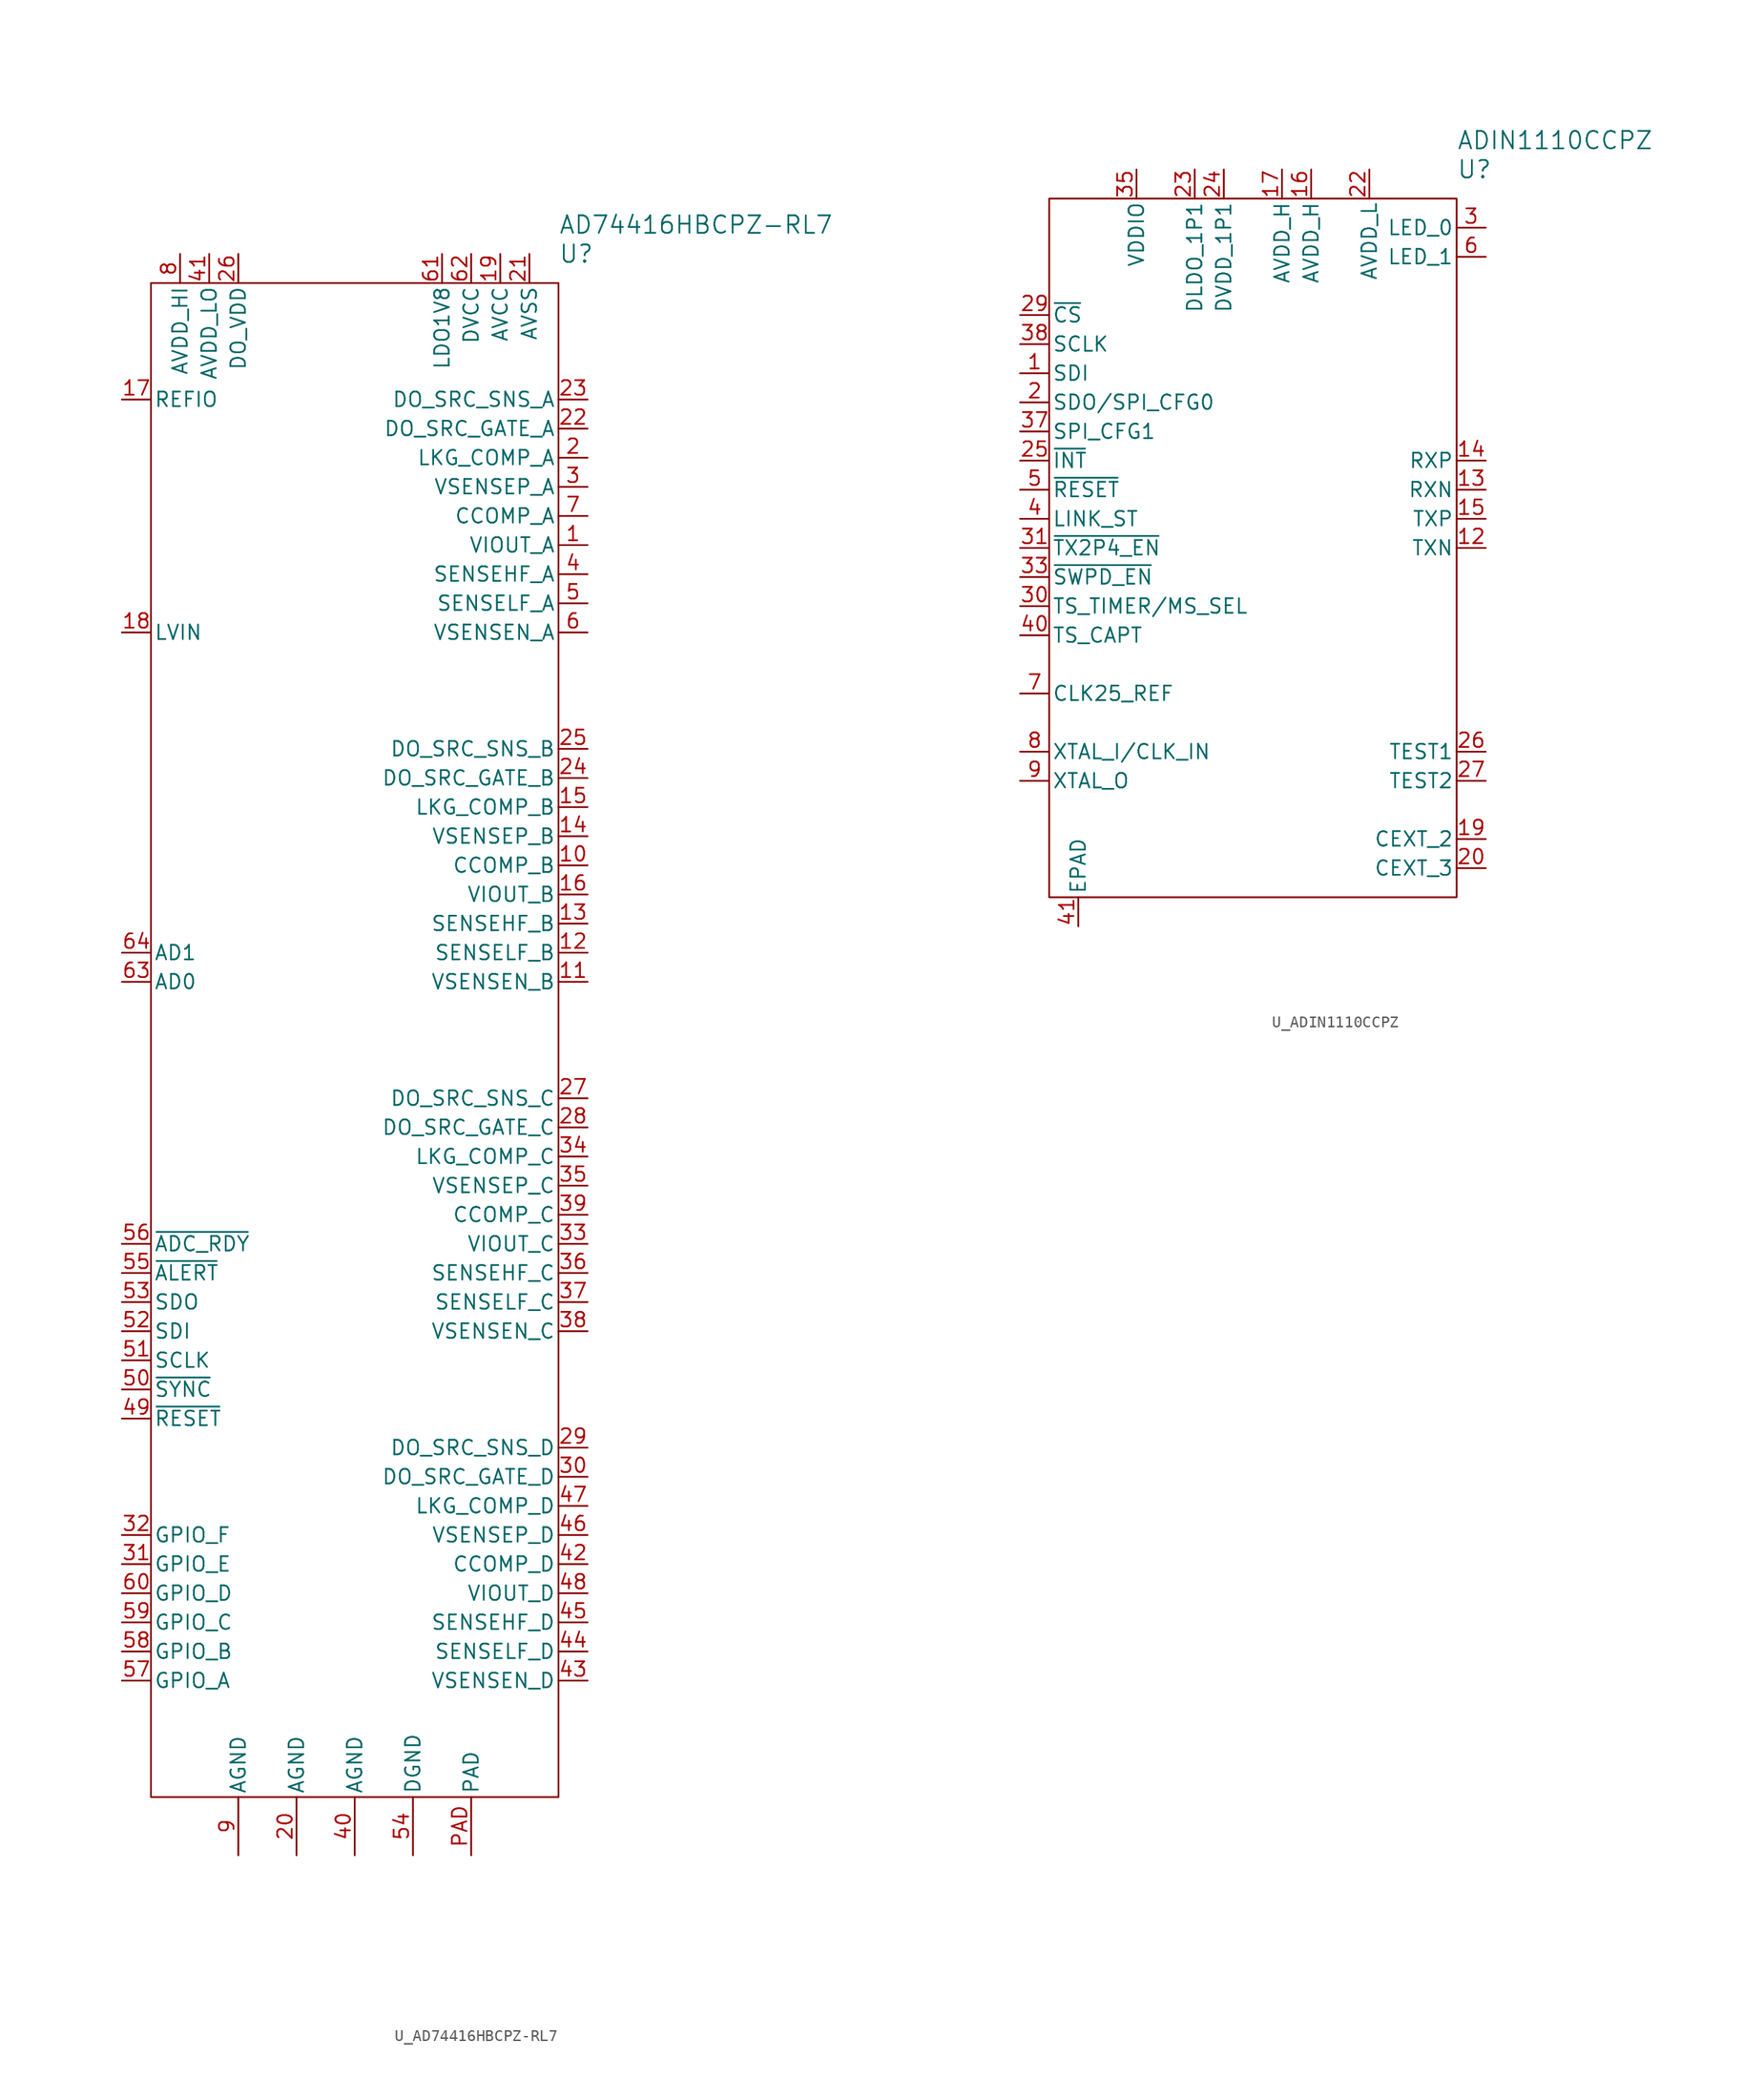
<source format=kicad_sym>
(kicad_symbol_lib
  (version 20241209)
  (generator "kicad_symbol_editor")
  (generator_version "9.0")
  (symbol "U_AD74416HBCPZ-RL7"
    (pin_names
      (offset 0.254))
    (property "Reference" "U"
      (at 17.78 68.58 0)
      (effects (font (size 1.524 1.524)) (justify left)))
    (property "Value" "AD74416HBCPZ-RL7"
      (at 17.78 71.12 0)
      (effects (font (size 1.524 1.524)) (justify left)))
    (symbol "U_AD74416HBCPZ-RL7_0_1"
      (rectangle (start -17.78 66.04) (end 17.78 -66.04) (stroke (width 0) (type default)) (fill (type none)))
      (pin input line (at -20.32 35.56 0) (length 2.54) (name "LVIN" (effects (font (size 1.27 1.27)))) (number "18" (effects (font (size 1.27 1.27)))))
      (pin output line (at -20.32 -22.86 0) (length 2.54) (name "SDO" (effects (font (size 1.27 1.27)))) (number "53" (effects (font (size 1.27 1.27)))))
      (pin input line (at -20.32 -25.4 0) (length 2.54) (name "SDI" (effects (font (size 1.27 1.27)))) (number "52" (effects (font (size 1.27 1.27)))))
      (pin bidirectional line (at -20.32 -43.18 0) (length 2.54) (name "GPIO_F" (effects (font (size 1.27 1.27)))) (number "32" (effects (font (size 1.27 1.27)))))
      (pin bidirectional line (at -20.32 -45.72 0) (length 2.54) (name "GPIO_E" (effects (font (size 1.27 1.27)))) (number "31" (effects (font (size 1.27 1.27)))))
      (pin bidirectional line (at -20.32 -48.26 0) (length 2.54) (name "GPIO_D" (effects (font (size 1.27 1.27)))) (number "60" (effects (font (size 1.27 1.27)))))
      (pin bidirectional line (at -20.32 -50.8 0) (length 2.54) (name "GPIO_C" (effects (font (size 1.27 1.27)))) (number "59" (effects (font (size 1.27 1.27)))))
      (pin bidirectional line (at -20.32 -53.34 0) (length 2.54) (name "GPIO_B" (effects (font (size 1.27 1.27)))) (number "58" (effects (font (size 1.27 1.27)))))
      (pin bidirectional line (at -20.32 -55.88 0) (length 2.54) (name "GPIO_A" (effects (font (size 1.27 1.27)))) (number "57" (effects (font (size 1.27 1.27))))))
    (symbol "U_AD74416HBCPZ-RL7_1_1"
      (pin bidirectional line (at -20.32 55.88 0) (length 2.54) (name "REFIO" (effects (font (size 1.27 1.27)))) (number "17" (effects (font (size 1.27 1.27)))))
      (pin input line (at -20.32 7.62 0) (length 2.54) (name "AD1" (effects (font (size 1.27 1.27)))) (number "64" (effects (font (size 1.27 1.27)))))
      (pin input line (at -20.32 5.08 0) (length 2.54) (name "AD0" (effects (font (size 1.27 1.27)))) (number "63" (effects (font (size 1.27 1.27)))))
      (pin output line (at -20.32 -17.78 0) (length 2.54) (name "~{ADC_RDY}" (effects (font (size 1.27 1.27)))) (number "56" (effects (font (size 1.27 1.27)))))
      (pin output line (at -20.32 -20.32 0) (length 2.54) (name "~{ALERT}" (effects (font (size 1.27 1.27)))) (number "55" (effects (font (size 1.27 1.27)))))
      (pin input line (at -20.32 -27.94 0) (length 2.54) (name "SCLK" (effects (font (size 1.27 1.27)))) (number "51" (effects (font (size 1.27 1.27)))))
      (pin input line (at -20.32 -30.48 0) (length 2.54) (name "~{SYNC}" (effects (font (size 1.27 1.27)))) (number "50" (effects (font (size 1.27 1.27)))))
      (pin input line (at -20.32 -33.02 0) (length 2.54) (name "~{RESET}" (effects (font (size 1.27 1.27)))) (number "49" (effects (font (size 1.27 1.27)))))
      (pin power_in line (at -15.24 68.58 270) (length 2.54) (name "AVDD_HI" (effects (font (size 1.27 1.27)))) (number "8" (effects (font (size 1.27 1.27)))))
      (pin power_in line (at -12.7 68.58 270) (length 2.54) (name "AVDD_LO" (effects (font (size 1.27 1.27)))) (number "41" (effects (font (size 1.27 1.27)))))
      (pin power_in line (at -10.16 68.58 270) (length 2.54) (name "DO_VDD" (effects (font (size 1.27 1.27)))) (number "26" (effects (font (size 1.27 1.27)))))
      (pin power_in line (at -10.16 -71.12 90) (length 5.08) (name "AGND" (effects (font (size 1.27 1.27)))) (number "9" (effects (font (size 1.27 1.27)))))
      (pin power_in line (at -5.08 -71.12 90) (length 5.08) (name "AGND" (effects (font (size 1.27 1.27)))) (number "20" (effects (font (size 1.27 1.27)))))
      (pin power_in line (at 0 -71.12 90) (length 5.08) (name "AGND" (effects (font (size 1.27 1.27)))) (number "40" (effects (font (size 1.27 1.27)))))
      (pin power_in line (at 5.08 -71.12 90) (length 5.08) (name "DGND" (effects (font (size 1.27 1.27)))) (number "54" (effects (font (size 1.27 1.27)))))
      (pin output line (at 7.62 68.58 270) (length 2.54) (name "LDO1V8" (effects (font (size 1.27 1.27)))) (number "61" (effects (font (size 1.27 1.27)))))
      (pin power_in line (at 10.16 68.58 270) (length 2.54) (name "DVCC" (effects (font (size 1.27 1.27)))) (number "62" (effects (font (size 1.27 1.27)))))
      (pin power_in line (at 10.16 -71.12 90) (length 5.08) (name "PAD" (effects (font (size 1.27 1.27)))) (number "PAD" (effects (font (size 1.27 1.27)))))
      (pin power_in line (at 12.7 68.58 270) (length 2.54) (name "AVCC" (effects (font (size 1.27 1.27)))) (number "19" (effects (font (size 1.27 1.27)))))
      (pin power_in line (at 15.24 68.58 270) (length 2.54) (name "AVSS" (effects (font (size 1.27 1.27)))) (number "21" (effects (font (size 1.27 1.27)))))
      (pin input line (at 20.32 55.88 180) (length 2.54) (name "DO_SRC_SNS_A" (effects (font (size 1.27 1.27)))) (number "23" (effects (font (size 1.27 1.27)))))
      (pin input line (at 20.32 53.34 180) (length 2.54) (name "DO_SRC_GATE_A" (effects (font (size 1.27 1.27)))) (number "22" (effects (font (size 1.27 1.27)))))
      (pin passive line (at 20.32 50.8 180) (length 2.54) (name "LKG_COMP_A" (effects (font (size 1.27 1.27)))) (number "2" (effects (font (size 1.27 1.27)))))
      (pin input line (at 20.32 48.26 180) (length 2.54) (name "VSENSEP_A" (effects (font (size 1.27 1.27)))) (number "3" (effects (font (size 1.27 1.27)))))
      (pin input line (at 20.32 45.72 180) (length 2.54) (name "CCOMP_A" (effects (font (size 1.27 1.27)))) (number "7" (effects (font (size 1.27 1.27)))))
      (pin bidirectional line (at 20.32 43.18 180) (length 2.54) (name "VIOUT_A" (effects (font (size 1.27 1.27)))) (number "1" (effects (font (size 1.27 1.27)))))
      (pin input line (at 20.32 40.64 180) (length 2.54) (name "SENSEHF_A" (effects (font (size 1.27 1.27)))) (number "4" (effects (font (size 1.27 1.27)))))
      (pin input line (at 20.32 38.1 180) (length 2.54) (name "SENSELF_A" (effects (font (size 1.27 1.27)))) (number "5" (effects (font (size 1.27 1.27)))))
      (pin input line (at 20.32 35.56 180) (length 2.54) (name "VSENSEN_A" (effects (font (size 1.27 1.27)))) (number "6" (effects (font (size 1.27 1.27)))))
      (pin input line (at 20.32 25.4 180) (length 2.54) (name "DO_SRC_SNS_B" (effects (font (size 1.27 1.27)))) (number "25" (effects (font (size 1.27 1.27)))))
      (pin input line (at 20.32 22.86 180) (length 2.54) (name "DO_SRC_GATE_B" (effects (font (size 1.27 1.27)))) (number "24" (effects (font (size 1.27 1.27)))))
      (pin passive line (at 20.32 20.32 180) (length 2.54) (name "LKG_COMP_B" (effects (font (size 1.27 1.27)))) (number "15" (effects (font (size 1.27 1.27)))))
      (pin input line (at 20.32 17.78 180) (length 2.54) (name "VSENSEP_B" (effects (font (size 1.27 1.27)))) (number "14" (effects (font (size 1.27 1.27)))))
      (pin input line (at 20.32 15.24 180) (length 2.54) (name "CCOMP_B" (effects (font (size 1.27 1.27)))) (number "10" (effects (font (size 1.27 1.27)))))
      (pin bidirectional line (at 20.32 12.7 180) (length 2.54) (name "VIOUT_B" (effects (font (size 1.27 1.27)))) (number "16" (effects (font (size 1.27 1.27)))))
      (pin input line (at 20.32 10.16 180) (length 2.54) (name "SENSEHF_B" (effects (font (size 1.27 1.27)))) (number "13" (effects (font (size 1.27 1.27)))))
      (pin input line (at 20.32 7.62 180) (length 2.54) (name "SENSELF_B" (effects (font (size 1.27 1.27)))) (number "12" (effects (font (size 1.27 1.27)))))
      (pin input line (at 20.32 5.08 180) (length 2.54) (name "VSENSEN_B" (effects (font (size 1.27 1.27)))) (number "11" (effects (font (size 1.27 1.27)))))
      (pin input line (at 20.32 -5.08 180) (length 2.54) (name "DO_SRC_SNS_C" (effects (font (size 1.27 1.27)))) (number "27" (effects (font (size 1.27 1.27)))))
      (pin input line (at 20.32 -7.62 180) (length 2.54) (name "DO_SRC_GATE_C" (effects (font (size 1.27 1.27)))) (number "28" (effects (font (size 1.27 1.27)))))
      (pin passive line (at 20.32 -10.16 180) (length 2.54) (name "LKG_COMP_C" (effects (font (size 1.27 1.27)))) (number "34" (effects (font (size 1.27 1.27)))))
      (pin input line (at 20.32 -12.7 180) (length 2.54) (name "VSENSEP_C" (effects (font (size 1.27 1.27)))) (number "35" (effects (font (size 1.27 1.27)))))
      (pin input line (at 20.32 -15.24 180) (length 2.54) (name "CCOMP_C" (effects (font (size 1.27 1.27)))) (number "39" (effects (font (size 1.27 1.27)))))
      (pin bidirectional line (at 20.32 -17.78 180) (length 2.54) (name "VIOUT_C" (effects (font (size 1.27 1.27)))) (number "33" (effects (font (size 1.27 1.27)))))
      (pin input line (at 20.32 -20.32 180) (length 2.54) (name "SENSEHF_C" (effects (font (size 1.27 1.27)))) (number "36" (effects (font (size 1.27 1.27)))))
      (pin input line (at 20.32 -22.86 180) (length 2.54) (name "SENSELF_C" (effects (font (size 1.27 1.27)))) (number "37" (effects (font (size 1.27 1.27)))))
      (pin input line (at 20.32 -25.4 180) (length 2.54) (name "VSENSEN_C" (effects (font (size 1.27 1.27)))) (number "38" (effects (font (size 1.27 1.27)))))
      (pin input line (at 20.32 -35.56 180) (length 2.54) (name "DO_SRC_SNS_D" (effects (font (size 1.27 1.27)))) (number "29" (effects (font (size 1.27 1.27)))))
      (pin input line (at 20.32 -38.1 180) (length 2.54) (name "DO_SRC_GATE_D" (effects (font (size 1.27 1.27)))) (number "30" (effects (font (size 1.27 1.27)))))
      (pin passive line (at 20.32 -40.64 180) (length 2.54) (name "LKG_COMP_D" (effects (font (size 1.27 1.27)))) (number "47" (effects (font (size 1.27 1.27)))))
      (pin input line (at 20.32 -43.18 180) (length 2.54) (name "VSENSEP_D" (effects (font (size 1.27 1.27)))) (number "46" (effects (font (size 1.27 1.27)))))
      (pin input line (at 20.32 -45.72 180) (length 2.54) (name "CCOMP_D" (effects (font (size 1.27 1.27)))) (number "42" (effects (font (size 1.27 1.27)))))
      (pin bidirectional line (at 20.32 -48.26 180) (length 2.54) (name "VIOUT_D" (effects (font (size 1.27 1.27)))) (number "48" (effects (font (size 1.27 1.27)))))
      (pin input line (at 20.32 -50.8 180) (length 2.54) (name "SENSEHF_D" (effects (font (size 1.27 1.27)))) (number "45" (effects (font (size 1.27 1.27)))))
      (pin input line (at 20.32 -53.34 180) (length 2.54) (name "SENSELF_D" (effects (font (size 1.27 1.27)))) (number "44" (effects (font (size 1.27 1.27)))))
      (pin input line (at 20.32 -55.88 180) (length 2.54) (name "VSENSEN_D" (effects (font (size 1.27 1.27)))) (number "43" (effects (font (size 1.27 1.27)))))))
  (symbol "U_ADIN1110CCPZ"
    (pin_names
      (offset 0.254))
    (property "Reference" "U"
      (at 17.78 33.02 0)
      (effects (font (size 1.524 1.524)) (justify left)))
    (property "Value" "ADIN1110CCPZ"
      (at 17.78 35.56 0)
      (effects (font (size 1.524 1.524)) (justify left)))
    (symbol "U_ADIN1110CCPZ_0_1"
      (rectangle (start -17.78 30.48) (end 17.78 -30.48) (stroke (width 0) (type default)) (fill (type none))))
    (symbol "U_ADIN1110CCPZ_1_1"
      (pin input line (at -20.32 20.32 0) (length 2.54) (name "~{CS}" (effects (font (size 1.27 1.27)))) (number "29" (effects (font (size 1.27 1.27)))))
      (pin input line (at -20.32 17.78 0) (length 2.54) (name "SCLK" (effects (font (size 1.27 1.27)))) (number "38" (effects (font (size 1.27 1.27)))))
      (pin input line (at -20.32 15.24 0) (length 2.54) (name "SDI" (effects (font (size 1.27 1.27)))) (number "1" (effects (font (size 1.27 1.27)))))
      (pin bidirectional line (at -20.32 12.7 0) (length 2.54) (name "SDO/SPI_CFG0" (effects (font (size 1.27 1.27)))) (number "2" (effects (font (size 1.27 1.27)))))
      (pin input line (at -20.32 10.16 0) (length 2.54) (name "SPI_CFG1" (effects (font (size 1.27 1.27)))) (number "37" (effects (font (size 1.27 1.27)))))
      (pin output line (at -20.32 7.62 0) (length 2.54) (name "~{INT}" (effects (font (size 1.27 1.27)))) (number "25" (effects (font (size 1.27 1.27)))))
      (pin input line (at -20.32 5.08 0) (length 2.54) (name "~{RESET}" (effects (font (size 1.27 1.27)))) (number "5" (effects (font (size 1.27 1.27)))))
      (pin output line (at -20.32 2.54 0) (length 2.54) (name "LINK_ST" (effects (font (size 1.27 1.27)))) (number "4" (effects (font (size 1.27 1.27)))))
      (pin input line (at -20.32 0 0) (length 2.54) (name "~{TX2P4_EN}" (effects (font (size 1.27 1.27)))) (number "31" (effects (font (size 1.27 1.27)))))
      (pin input line (at -20.32 -2.54 0) (length 2.54) (name "~{SWPD_EN}" (effects (font (size 1.27 1.27)))) (number "33" (effects (font (size 1.27 1.27)))))
      (pin output line (at -20.32 -5.08 0) (length 2.54) (name "TS_TIMER/MS_SEL" (effects (font (size 1.27 1.27)))) (number "30" (effects (font (size 1.27 1.27)))))
      (pin input line (at -20.32 -7.62 0) (length 2.54) (name "TS_CAPT" (effects (font (size 1.27 1.27)))) (number "40" (effects (font (size 1.27 1.27)))))
      (pin output line (at -20.32 -12.7 0) (length 2.54) (name "CLK25_REF" (effects (font (size 1.27 1.27)))) (number "7" (effects (font (size 1.27 1.27)))))
      (pin input line (at -20.32 -17.78 0) (length 2.54) (name "XTAL_I/CLK_IN" (effects (font (size 1.27 1.27)))) (number "8" (effects (font (size 1.27 1.27)))))
      (pin output line (at -20.32 -20.32 0) (length 2.54) (name "XTAL_O" (effects (font (size 1.27 1.27)))) (number "9" (effects (font (size 1.27 1.27)))))
      (pin power_in line (at -15.24 -33.02 90) (length 2.54) (name "EPAD" (effects (font (size 1.27 1.27)))) (number "41" (effects (font (size 1.27 1.27)))))
      (pin no_connect line (at -12.7 -33.02 90) (length 2.54) (hide yes) (name "DNC" (effects (font (size 1.27 1.27)))) (number "10" (effects (font (size 1.27 1.27)))))
      (pin power_in line (at -10.16 33.02 270) (length 2.54) (name "VDDIO" (effects (font (size 1.27 1.27)))) (number "35" (effects (font (size 1.27 1.27)))))
      (pin no_connect line (at -10.16 -33.02 90) (length 2.54) (hide yes) (name "DNC" (effects (font (size 1.27 1.27)))) (number "11" (effects (font (size 1.27 1.27)))))
      (pin no_connect line (at -7.62 -33.02 90) (length 2.54) (hide yes) (name "DNC" (effects (font (size 1.27 1.27)))) (number "18" (effects (font (size 1.27 1.27)))))
      (pin power_in line (at -5.08 33.02 270) (length 2.54) (name "DLDO_1P1" (effects (font (size 1.27 1.27)))) (number "23" (effects (font (size 1.27 1.27)))))
      (pin no_connect line (at -5.08 -33.02 90) (length 2.54) (hide yes) (name "DNC" (effects (font (size 1.27 1.27)))) (number "21" (effects (font (size 1.27 1.27)))))
      (pin power_in line (at -2.54 33.02 270) (length 2.54) (name "DVDD_1P1" (effects (font (size 1.27 1.27)))) (number "24" (effects (font (size 1.27 1.27)))))
      (pin no_connect line (at -2.54 -33.02 90) (length 2.54) (hide yes) (name "DNC" (effects (font (size 1.27 1.27)))) (number "28" (effects (font (size 1.27 1.27)))))
      (pin no_connect line (at 0 -33.02 90) (length 2.54) (hide yes) (name "DNC" (effects (font (size 1.27 1.27)))) (number "32" (effects (font (size 1.27 1.27)))))
      (pin power_in line (at 2.54 33.02 270) (length 2.54) (name "AVDD_H" (effects (font (size 1.27 1.27)))) (number "17" (effects (font (size 1.27 1.27)))))
      (pin no_connect line (at 2.54 -33.02 90) (length 2.54) (hide yes) (name "DNC" (effects (font (size 1.27 1.27)))) (number "34" (effects (font (size 1.27 1.27)))))
      (pin power_in line (at 5.08 33.02 270) (length 2.54) (name "AVDD_H" (effects (font (size 1.27 1.27)))) (number "16" (effects (font (size 1.27 1.27)))))
      (pin no_connect line (at 5.08 -33.02 90) (length 2.54) (hide yes) (name "DNC" (effects (font (size 1.27 1.27)))) (number "36" (effects (font (size 1.27 1.27)))))
      (pin no_connect line (at 7.62 -33.02 90) (length 2.54) (hide yes) (name "DNC" (effects (font (size 1.27 1.27)))) (number "39" (effects (font (size 1.27 1.27)))))
      (pin power_in line (at 10.16 33.02 270) (length 2.54) (name "AVDD_L" (effects (font (size 1.27 1.27)))) (number "22" (effects (font (size 1.27 1.27)))))
      (pin bidirectional line (at 20.32 27.94 180) (length 2.54) (name "LED_0" (effects (font (size 1.27 1.27)))) (number "3" (effects (font (size 1.27 1.27)))))
      (pin bidirectional line (at 20.32 25.4 180) (length 2.54) (name "LED_1" (effects (font (size 1.27 1.27)))) (number "6" (effects (font (size 1.27 1.27)))))
      (pin bidirectional line (at 20.32 7.62 180) (length 2.54) (name "RXP" (effects (font (size 1.27 1.27)))) (number "14" (effects (font (size 1.27 1.27)))))
      (pin bidirectional line (at 20.32 5.08 180) (length 2.54) (name "RXN" (effects (font (size 1.27 1.27)))) (number "13" (effects (font (size 1.27 1.27)))))
      (pin bidirectional line (at 20.32 2.54 180) (length 2.54) (name "TXP" (effects (font (size 1.27 1.27)))) (number "15" (effects (font (size 1.27 1.27)))))
      (pin bidirectional line (at 20.32 0 180) (length 2.54) (name "TXN" (effects (font (size 1.27 1.27)))) (number "12" (effects (font (size 1.27 1.27)))))
      (pin bidirectional line (at 20.32 -17.78 180) (length 2.54) (name "TEST1" (effects (font (size 1.27 1.27)))) (number "26" (effects (font (size 1.27 1.27)))))
      (pin bidirectional line (at 20.32 -20.32 180) (length 2.54) (name "TEST2" (effects (font (size 1.27 1.27)))) (number "27" (effects (font (size 1.27 1.27)))))
      (pin passive line (at 20.32 -25.4 180) (length 2.54) (name "CEXT_2" (effects (font (size 1.27 1.27)))) (number "19" (effects (font (size 1.27 1.27)))))
      (pin passive line (at 20.32 -27.94 180) (length 2.54) (name "CEXT_3" (effects (font (size 1.27 1.27)))) (number "20" (effects (font (size 1.27 1.27))))))))
</source>
